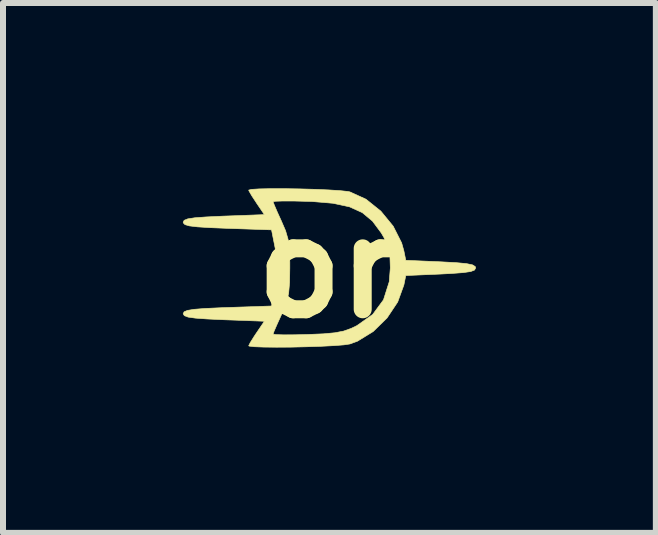
<source format=kicad_pcb>
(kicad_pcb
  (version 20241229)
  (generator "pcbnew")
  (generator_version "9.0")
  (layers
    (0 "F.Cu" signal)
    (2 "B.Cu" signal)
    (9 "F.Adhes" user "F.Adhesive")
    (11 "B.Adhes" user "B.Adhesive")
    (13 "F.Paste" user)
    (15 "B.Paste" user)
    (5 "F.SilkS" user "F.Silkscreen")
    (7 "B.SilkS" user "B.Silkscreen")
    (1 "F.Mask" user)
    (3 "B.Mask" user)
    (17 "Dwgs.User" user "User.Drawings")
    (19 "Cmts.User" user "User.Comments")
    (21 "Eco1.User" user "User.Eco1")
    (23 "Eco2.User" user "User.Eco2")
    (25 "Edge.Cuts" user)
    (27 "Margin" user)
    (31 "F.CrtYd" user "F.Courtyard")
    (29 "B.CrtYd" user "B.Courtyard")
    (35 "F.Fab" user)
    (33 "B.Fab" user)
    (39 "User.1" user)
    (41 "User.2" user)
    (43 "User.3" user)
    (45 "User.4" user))
  (footprint "or"
    (layer "F.Cu")
    (at 2.418 1.418)
    (property "Reference" "or" (at 0 0 0) (layer "F.SilkS") (effects (font (size 1.524 1.524) (thickness 0.3))))
    (attr through_hole)
    (fp_poly (pts (xy -0.725 -1.322) (xy -0.473 -1.318) (xy -0.222 -1.311) (xy 0.01 -1.301) (xy 0.202 -1.289) (xy 0.334 -1.275) (xy 0.367 -1.268) (xy 0.635 -1.146) (xy 0.883 -0.947) (xy 1.089 -0.696) (xy 1.23 -0.417) (xy 1.267 -0.285) (xy 1.299 -0.127) (xy 1.882 -0.102) (xy 2.14 -0.088) (xy 2.311 -0.072) (xy 2.412 -0.051) (xy 2.457 -0.023) (xy 2.464 0) (xy 2.446 0.035) (xy 2.382 0.06) (xy 2.256 0.078) (xy 2.054 0.093) (xy 1.882 0.102) (xy 1.299 0.127) (xy 1.267 0.285) (xy 1.164 0.568) (xy 0.986 0.835) (xy 0.755 1.061) (xy 0.493 1.222) (xy 0.367 1.268) (xy 0.268 1.283) (xy 0.1 1.296) (xy -0.117 1.307) (xy -0.363 1.315) (xy -0.617 1.321) (xy -0.859 1.322) (xy -1.069 1.32) (xy -1.226 1.314) (xy -1.311 1.304) (xy -1.321 1.298) (xy -1.295 1.246) (xy -1.229 1.14) (xy -1.19 1.082) (xy -1.059 0.889) (xy -1.736 0.864) (xy -2.017 0.851) (xy -2.21 0.837) (xy -2.331 0.82) (xy -2.394 0.796) (xy -2.413 0.765) (xy -2.413 0.762) (xy -2.397 0.731) (xy -2.341 0.708) (xy -2.23 0.69) (xy -2.05 0.676) (xy -1.787 0.664) (xy -1.676 0.66) (xy -0.94 0.635) (xy -0.877 0.318) (xy -0.843 0.082) (xy -0.847 -0.128) (xy -0.877 -0.318) (xy -0.94 -0.635) (xy -1.676 -0.66) (xy -1.97 -0.672) (xy -2.177 -0.685) (xy -2.31 -0.701) (xy -2.383 -0.722) (xy -2.411 -0.751) (xy -2.413 -0.762) (xy -2.397 -0.794) (xy -2.338 -0.818) (xy -2.222 -0.836) (xy -2.034 -0.85) (xy -1.761 -0.863) (xy -1.736 -0.864) (xy -1.059 -0.889) (xy -1.19 -1.082) (xy -1.204 -1.104) (xy -0.914 -1.104) (xy -0.894 -1.049) (xy -0.842 -0.928) (xy -0.775 -0.781) (xy -0.706 -0.621) (xy -0.664 -0.477) (xy -0.643 -0.313) (xy -0.635 -0.095) (xy -0.635 0) (xy -0.639 0.245) (xy -0.655 0.424) (xy -0.689 0.571) (xy -0.747 0.721) (xy -0.775 0.781) (xy -0.846 0.937) (xy -0.897 1.054) (xy -0.914 1.104) (xy -0.867 1.112) (xy -0.738 1.116) (xy -0.549 1.115) (xy -0.342 1.11) (xy -0.075 1.099) (xy 0.118 1.081) (xy 0.263 1.053) (xy 0.389 1.008) (xy 0.484 0.962) (xy 0.747 0.776) (xy 0.927 0.532) (xy 1.023 0.23) (xy 1.041 0) (xy 1.034 -0.208) (xy 1.002 -0.362) (xy 0.933 -0.51) (xy 0.889 -0.585) (xy 0.744 -0.78) (xy 0.574 -0.922) (xy 0.36 -1.019) (xy 0.086 -1.078) (xy -0.267 -1.108) (xy -0.342 -1.11) (xy -0.569 -1.116) (xy -0.754 -1.116) (xy -0.875 -1.112) (xy -0.914 -1.104) (xy -1.204 -1.104) (xy -1.268 -1.201) (xy -1.315 -1.282) (xy -1.321 -1.298) (xy -1.273 -1.31) (xy -1.145 -1.318) (xy -0.955 -1.322) (xy -0.725 -1.322)) (stroke (width 0.01) (type solid)) (fill yes) (layer "F.SilkS")))
  (gr_rect
    (start -3 -3)
    (end 7.887 5.836)
    (stroke (width 0.1) (type default))
    (fill no)
    (layer "Edge.Cuts")))
</source>
